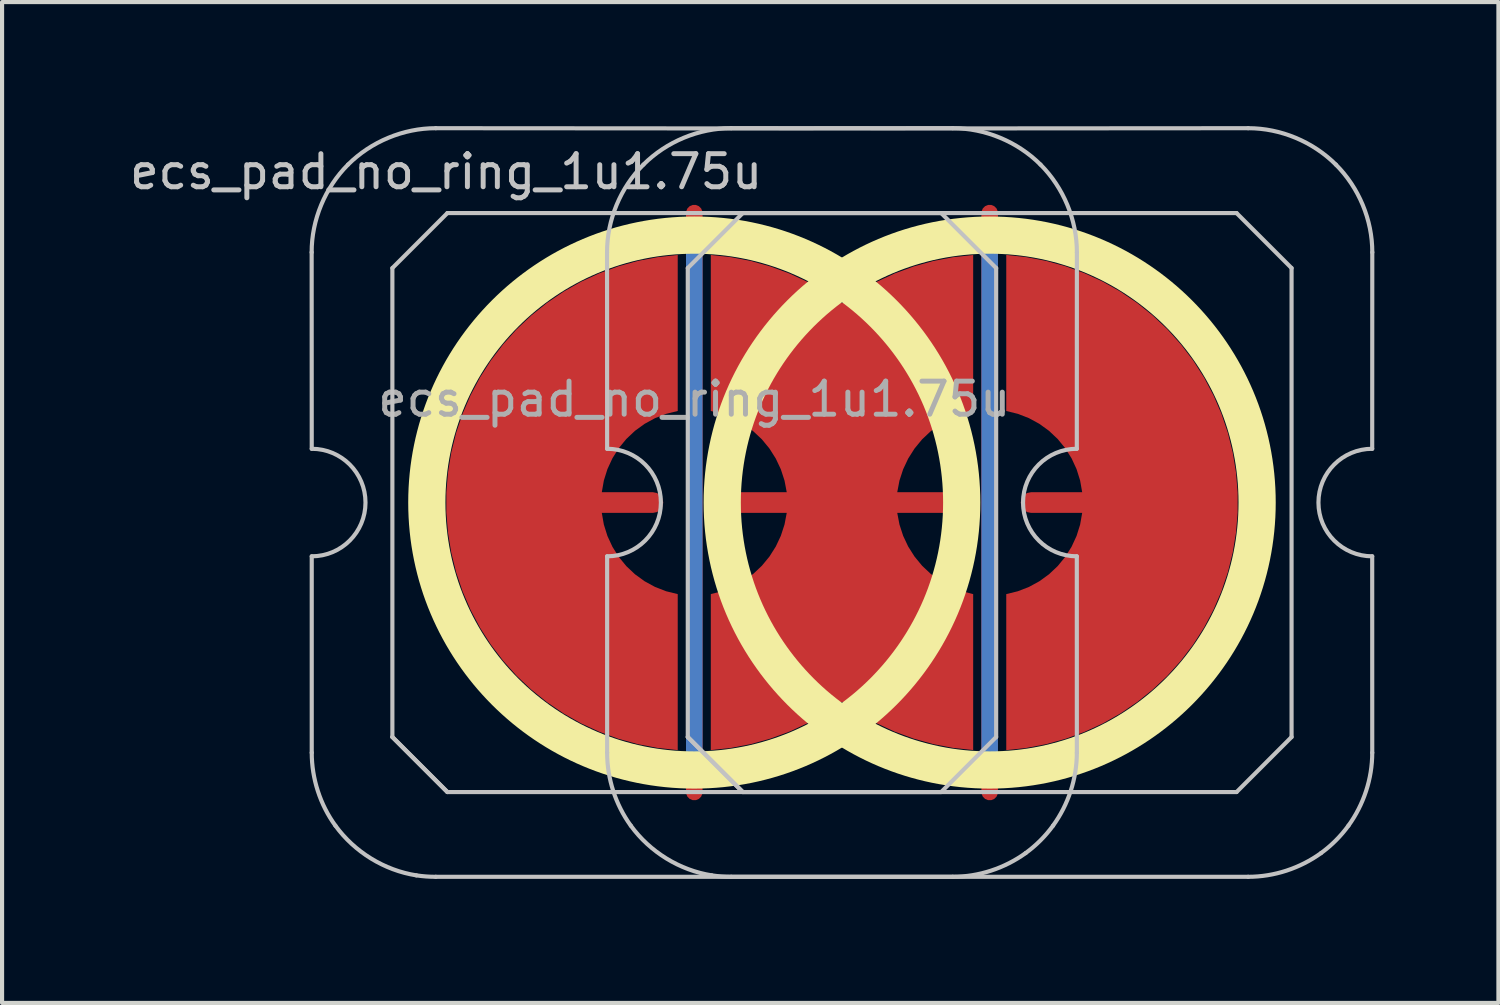
<source format=kicad_pcb>
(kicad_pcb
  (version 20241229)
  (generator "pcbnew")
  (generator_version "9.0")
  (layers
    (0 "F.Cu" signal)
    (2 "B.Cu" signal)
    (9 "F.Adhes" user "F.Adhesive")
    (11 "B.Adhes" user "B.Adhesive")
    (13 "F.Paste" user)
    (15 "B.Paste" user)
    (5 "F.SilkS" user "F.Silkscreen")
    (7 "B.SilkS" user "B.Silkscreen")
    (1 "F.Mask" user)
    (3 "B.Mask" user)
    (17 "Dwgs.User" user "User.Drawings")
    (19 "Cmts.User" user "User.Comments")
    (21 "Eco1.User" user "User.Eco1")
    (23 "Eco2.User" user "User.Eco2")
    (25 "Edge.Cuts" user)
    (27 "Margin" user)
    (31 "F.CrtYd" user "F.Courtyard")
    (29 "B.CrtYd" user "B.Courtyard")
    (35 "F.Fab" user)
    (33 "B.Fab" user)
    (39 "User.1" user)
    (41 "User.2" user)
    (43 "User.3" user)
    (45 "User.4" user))
  (footprint "ecs_pad_no_ring_1u1.75u"
    (layer "F.Cu")
    (at 13.738 9.102)
    (property "Reference" "ecs_pad_no_ring_1u1.75u" (at -6 -8 0) (layer "Dwgs.User") (effects (font (size 0.8 0.8) (thickness 0.12))))
    (attr smd)
    (fp_circle (center 0 0) (end 6.467 0) (stroke (width 0.9) (type solid)) (fill no) (layer "F.SilkS"))
    (fp_circle (center 7.143 0) (end 13.61 0) (stroke (width 0.9) (type solid)) (fill no) (layer "F.SilkS"))
    (fp_line (start -9.252 -6.05) (end -9.25 -1.3) (stroke (width 0.1) (type solid)) (layer "Dwgs.User"))
    (fp_line (start -9.25 1.3) (end -9.25 6.049) (stroke (width 0.1) (type solid)) (layer "Dwgs.User"))
    (fp_line (start -7.3 -5.67) (end -5.97 -7) (stroke (width 0.1) (type solid)) (layer "Dwgs.User"))
    (fp_line (start -7.3 5.67) (end -7.3 -5.67) (stroke (width 0.1) (type solid)) (layer "Dwgs.User"))
    (fp_line (start -7.3 5.67) (end -5.97 7) (stroke (width 0.1) (type solid)) (layer "Dwgs.User"))
    (fp_line (start -5.97 -7) (end 5.97 -7) (stroke (width 0.1) (type solid)) (layer "Dwgs.User"))
    (fp_line (start -5.97 7) (end -7.3 5.67) (stroke (width 0.1) (type solid)) (layer "Dwgs.User"))
    (fp_line (start -2.109 -6.05) (end -2.107 -1.3) (stroke (width 0.1) (type solid)) (layer "Dwgs.User"))
    (fp_line (start -2.107 1.3) (end -2.107 6.049) (stroke (width 0.1) (type solid)) (layer "Dwgs.User"))
    (fp_line (start -0.157 -5.67) (end 1.173 -7) (stroke (width 0.1) (type solid)) (layer "Dwgs.User"))
    (fp_line (start -0.157 5.67) (end -0.157 -5.67) (stroke (width 0.1) (type solid)) (layer "Dwgs.User"))
    (fp_line (start -0.157 5.67) (end 1.173 7) (stroke (width 0.1) (type solid)) (layer "Dwgs.User"))
    (fp_line (start 1.173 -7) (end 13.113 -7) (stroke (width 0.1) (type solid)) (layer "Dwgs.User"))
    (fp_line (start 1.173 7) (end -0.157 5.67) (stroke (width 0.1) (type solid)) (layer "Dwgs.User"))
    (fp_line (start 5.97 -7) (end 7.3 -5.67) (stroke (width 0.1) (type solid)) (layer "Dwgs.User"))
    (fp_line (start 5.97 7) (end -5.97 7) (stroke (width 0.1) (type solid)) (layer "Dwgs.User"))
    (fp_line (start 7.3 -5.67) (end 7.3 5.67) (stroke (width 0.1) (type solid)) (layer "Dwgs.User"))
    (fp_line (start 7.3 5.67) (end 5.97 7) (stroke (width 0.1) (type solid)) (layer "Dwgs.User"))
    (fp_line (start 9.25 1.3) (end 9.251 6.049) (stroke (width 0.1) (type solid)) (layer "Dwgs.User"))
    (fp_line (start 9.252 -6.05) (end 9.25 -1.3) (stroke (width 0.1) (type solid)) (layer "Dwgs.User"))
    (fp_line (start 13.113 -7) (end 14.443 -5.67) (stroke (width 0.1) (type solid)) (layer "Dwgs.User"))
    (fp_line (start 13.113 7) (end 1.173 7) (stroke (width 0.1) (type solid)) (layer "Dwgs.User"))
    (fp_line (start 14.443 -5.67) (end 14.443 5.67) (stroke (width 0.1) (type solid)) (layer "Dwgs.User"))
    (fp_line (start 14.443 5.67) (end 13.113 7) (stroke (width 0.1) (type solid)) (layer "Dwgs.User"))
    (fp_line (start 16.393 1.3) (end 16.394 6.049) (stroke (width 0.1) (type solid)) (layer "Dwgs.User"))
    (fp_line (start 16.395 -6.05) (end 16.393 -1.3) (stroke (width 0.1) (type solid)) (layer "Dwgs.User"))
    (fp_arc (start -9.25 -1.3) (mid -7.95 0) (end -9.25 1.3) (stroke (width 0.1) (type solid)) (layer "Dwgs.User"))
    (fp_arc (start -2.107046 -1.3) (mid -0.807046 0) (end -2.107046 1.3) (stroke (width 0.1) (type solid)) (layer "Dwgs.User"))
    (fp_arc (start 9.25 1.3) (mid 7.95 0) (end 9.25 -1.3) (stroke (width 0.1) (type solid)) (layer "Dwgs.User"))
    (fp_arc (start 16.392954 1.3) (mid 15.092953 0.000001) (end 16.392954 -1.3) (stroke (width 0.1) (type solid)) (layer "Dwgs.User"))
    (fp_curve (pts (xy -9.25 6.049) (xy -9.25 6.677) (xy -9.046 7.307) (xy -8.677 7.814)) (stroke (width 0.1) (type solid)) (layer "Dwgs.User"))
    (fp_curve (pts (xy -8.677 7.814) (xy -8.215 8.449) (xy -7.496 8.893) (xy -6.72 9.015)) (stroke (width 0.1) (type solid)) (layer "Dwgs.User"))
    (fp_curve (pts (xy -8.372 -8.172) (xy -8.926 -7.618) (xy -9.254 -6.836) (xy -9.252 -6.05)) (stroke (width 0.1) (type solid)) (layer "Dwgs.User"))
    (fp_curve (pts (xy -6.72 9.015) (xy -6.564 9.039) (xy -6.407 9.05) (xy -6.25 9.05)) (stroke (width 0.1) (type solid)) (layer "Dwgs.User"))
    (fp_curve (pts (xy -6.25 9.05) (xy -2.118 9.052) (xy 2.117 9.05) (xy 6.25 9.05)) (stroke (width 0.1) (type solid)) (layer "Dwgs.User"))
    (fp_curve (pts (xy -6.25 -9.052) (xy -7.035 -9.053) (xy -7.817 -8.726) (xy -8.372 -8.172)) (stroke (width 0.1) (type solid)) (layer "Dwgs.User"))
    (fp_curve (pts (xy -2.107 6.049) (xy -2.107 6.677) (xy -1.903 7.307) (xy -1.534 7.814)) (stroke (width 0.1) (type solid)) (layer "Dwgs.User"))
    (fp_curve (pts (xy -1.534 7.814) (xy -1.073 8.449) (xy -0.353 8.893) (xy 0.423 9.015)) (stroke (width 0.1) (type solid)) (layer "Dwgs.User"))
    (fp_curve (pts (xy -1.229 -8.172) (xy -1.783 -7.618) (xy -2.111 -6.836) (xy -2.109 -6.05)) (stroke (width 0.1) (type solid)) (layer "Dwgs.User"))
    (fp_curve (pts (xy 0.423 9.015) (xy 0.579 9.039) (xy 0.736 9.05) (xy 0.893 9.05)) (stroke (width 0.1) (type solid)) (layer "Dwgs.User"))
    (fp_curve (pts (xy 0.893 9.05) (xy 5.025 9.052) (xy 9.26 9.05) (xy 13.393 9.05)) (stroke (width 0.1) (type solid)) (layer "Dwgs.User"))
    (fp_curve (pts (xy 0.893 -9.052) (xy 0.108 -9.053) (xy -0.674 -8.726) (xy -1.229 -8.172)) (stroke (width 0.1) (type solid)) (layer "Dwgs.User"))
    (fp_curve (pts (xy 6.25 -9.052) (xy 2.116 -9.046) (xy -2.116 -9.046) (xy -6.25 -9.052)) (stroke (width 0.1) (type solid)) (layer "Dwgs.User"))
    (fp_curve (pts (xy 6.25 9.05) (xy 6.878 9.05) (xy 7.504 8.844) (xy 8.013 8.476)) (stroke (width 0.1) (type solid)) (layer "Dwgs.User"))
    (fp_curve (pts (xy 8.013 8.476) (xy 8.267 8.291) (xy 8.492 8.066) (xy 8.676 7.812)) (stroke (width 0.1) (type solid)) (layer "Dwgs.User"))
    (fp_curve (pts (xy 8.372 -8.172) (xy 7.817 -8.726) (xy 7.035 -9.053) (xy 6.25 -9.052)) (stroke (width 0.1) (type solid)) (layer "Dwgs.User"))
    (fp_curve (pts (xy 8.676 7.812) (xy 9.045 7.303) (xy 9.251 6.678) (xy 9.251 6.049)) (stroke (width 0.1) (type solid)) (layer "Dwgs.User"))
    (fp_curve (pts (xy 9.252 -6.05) (xy 9.254 -6.836) (xy 8.926 -7.618) (xy 8.372 -8.172)) (stroke (width 0.1) (type solid)) (layer "Dwgs.User"))
    (fp_curve (pts (xy 13.393 -9.052) (xy 9.259 -9.046) (xy 5.027 -9.046) (xy 0.893 -9.052)) (stroke (width 0.1) (type solid)) (layer "Dwgs.User"))
    (fp_curve (pts (xy 13.393 9.05) (xy 14.021 9.05) (xy 14.647 8.844) (xy 15.156 8.476)) (stroke (width 0.1) (type solid)) (layer "Dwgs.User"))
    (fp_curve (pts (xy 15.156 8.476) (xy 15.41 8.291) (xy 15.635 8.066) (xy 15.819 7.812)) (stroke (width 0.1) (type solid)) (layer "Dwgs.User"))
    (fp_curve (pts (xy 15.514 -8.172) (xy 14.96 -8.726) (xy 14.178 -9.053) (xy 13.393 -9.052)) (stroke (width 0.1) (type solid)) (layer "Dwgs.User"))
    (fp_curve (pts (xy 15.819 7.812) (xy 16.188 7.303) (xy 16.394 6.678) (xy 16.394 6.049)) (stroke (width 0.1) (type solid)) (layer "Dwgs.User"))
    (fp_curve (pts (xy 16.395 -6.05) (xy 16.397 -6.836) (xy 16.069 -7.618) (xy 15.514 -8.172)) (stroke (width 0.1) (type solid)) (layer "Dwgs.User"))
    (fp_text user "${REFERENCE}" (at 0 -2.5 0) (layer "F.Fab") (effects (font (size 0.8 0.8) (thickness 0.12))))
    (pad "1" smd custom (at -1 0) (size 0.4 0.4) (layers "F.Cu") (options (anchor circle)) (primitives (gr_poly (pts (xy 0.6 -2.214) (xy 0.32 -2.145) (xy 0.052 -2.041) (xy -0.201 -1.903) (xy -0.434 -1.734) (xy -0.644 -1.536) (xy -0.826 -1.314) (xy -0.979 -1.07) (xy -1.1 -0.808) (xy -1.186 -0.534) (xy -1.236 -0.25) (xy 0 -0.25) (xy 0.096 -0.231) (xy 0.177 -0.177) (xy 0.231 -0.096) (xy 0.25 0) (xy 0.231 0.096) (xy 0.177 0.177) (xy 0.096 0.231) (xy 0 0.25) (xy -1.236 0.25) (xy -1.186 0.534) (xy -1.1 0.808) (xy -0.979 1.07) (xy -0.826 1.314) (xy -0.644 1.536) (xy -0.434 1.734) (xy -0.201 1.903) (xy 0.052 2.041) (xy 0.32 2.145) (xy 0.6 2.214) (xy 0.6 5.987) (xy 0.115 5.934) (xy -0.364 5.843) (xy -0.834 5.713) (xy -1.292 5.545) (xy -1.735 5.341) (xy -2.159 5.101) (xy -2.563 4.827) (xy -2.943 4.522) (xy -3.298 4.187) (xy -3.623 3.824) (xy -3.919 3.436) (xy -4.182 3.025) (xy -4.41 2.594) (xy -4.603 2.147) (xy -4.759 1.684) (xy -4.876 1.211) (xy -4.955 0.73) (xy -4.995 0.244) (xy -4.995 -0.244) (xy -4.955 -0.73) (xy -4.876 -1.211) (xy -4.759 -1.684) (xy -4.603 -2.147) (xy -4.41 -2.594) (xy -4.182 -3.025) (xy -3.919 -3.436) (xy -3.623 -3.824) (xy -3.298 -4.187) (xy -2.943 -4.522) (xy -2.563 -4.827) (xy -2.159 -5.101) (xy -1.735 -5.341) (xy -1.292 -5.545) (xy -0.834 -5.713) (xy -0.364 -5.843) (xy 0.115 -5.934) (xy 0.6 -5.987)) (width 0) (fill yes))))
    (pad "2" smd custom (at 1 0) (size 0.118 0.118) (layers "F.Cu") (options (anchor circle)) (primitives (gr_poly (pts (xy -0.096 -0.231) (xy -0.177 -0.177) (xy -0.231 -0.096) (xy -0.25 0) (xy -0.231 0.096) (xy -0.177 0.177) (xy -0.096 0.231) (xy 0 0.25) (xy 1.236 0.25) (xy 1.182 0.532) (xy 1.093 0.805) (xy 0.971 1.064) (xy 0.817 1.307) (xy 0.635 1.528) (xy 0.426 1.725) (xy 0.194 1.894) (xy -0.056 2.034) (xy -0.323 2.141) (xy -0.6 2.214) (xy -0.6 5.986) (xy -0.113 5.933) (xy 0.367 5.841) (xy 0.839 5.709) (xy 1.298 5.54) (xy 1.742 5.334) (xy 2.167 5.093) (xy 2.572 4.817) (xy 2.976 5.093) (xy 3.402 5.334) (xy 3.846 5.54) (xy 4.305 5.709) (xy 4.777 5.841) (xy 5.257 5.933) (xy 5.744 5.986) (xy 5.744 2.214) (xy 5.466 2.141) (xy 5.2 2.034) (xy 4.949 1.894) (xy 4.718 1.725) (xy 4.509 1.528) (xy 4.327 1.307) (xy 4.173 1.064) (xy 4.051 0.805) (xy 3.962 0.532) (xy 3.908 0.25) (xy 5.144 0.25) (xy 5.239 0.231) (xy 5.321 0.177) (xy 5.375 0.096) (xy 5.394 0) (xy 5.375 -0.096) (xy 5.321 -0.177) (xy 5.239 -0.231) (xy 5.144 -0.25) (xy 3.908 -0.25) (xy 3.962 -0.532) (xy 4.051 -0.805) (xy 4.173 -1.064) (xy 4.327 -1.307) (xy 4.509 -1.528) (xy 4.718 -1.725) (xy 4.949 -1.894) (xy 5.2 -2.034) (xy 5.466 -2.141) (xy 5.744 -2.214) (xy 5.744 -5.986) (xy 5.257 -5.933) (xy 4.777 -5.841) (xy 4.305 -5.709) (xy 3.846 -5.54) (xy 3.402 -5.334) (xy 2.976 -5.093) (xy 2.572 -4.817) (xy 2.167 -5.093) (xy 1.742 -5.334) (xy 1.298 -5.54) (xy 0.839 -5.709) (xy 0.367 -5.841) (xy -0.113 -5.933) (xy -0.6 -5.986) (xy -0.6 -2.214) (xy -0.323 -2.141) (xy -0.056 -2.034) (xy 0.194 -1.894) (xy 0.426 -1.725) (xy 0.635 -1.528) (xy 0.817 -1.307) (xy 0.971 -1.064) (xy 1.093 -0.805) (xy 1.182 -0.532) (xy 1.236 -0.25) (xy 0 -0.25)) (width 0) (fill yes))))
    (pad "3" smd custom (at 8.144 0 180) (size 0.4 0.4) (layers "F.Cu") (options (anchor circle)) (primitives (gr_poly (pts (xy 0.6 -2.214) (xy 0.32 -2.145) (xy 0.052 -2.041) (xy -0.201 -1.903) (xy -0.434 -1.734) (xy -0.644 -1.536) (xy -0.826 -1.314) (xy -0.979 -1.07) (xy -1.1 -0.808) (xy -1.186 -0.534) (xy -1.236 -0.25) (xy 0 -0.25) (xy 0.096 -0.231) (xy 0.177 -0.177) (xy 0.231 -0.096) (xy 0.25 0) (xy 0.231 0.096) (xy 0.177 0.177) (xy 0.096 0.231) (xy 0 0.25) (xy -1.236 0.25) (xy -1.186 0.534) (xy -1.1 0.808) (xy -0.979 1.07) (xy -0.826 1.314) (xy -0.644 1.536) (xy -0.434 1.734) (xy -0.201 1.903) (xy 0.052 2.041) (xy 0.32 2.145) (xy 0.6 2.214) (xy 0.6 5.987) (xy 0.115 5.934) (xy -0.364 5.843) (xy -0.834 5.713) (xy -1.292 5.545) (xy -1.735 5.341) (xy -2.159 5.101) (xy -2.563 4.827) (xy -2.943 4.522) (xy -3.298 4.187) (xy -3.623 3.824) (xy -3.919 3.436) (xy -4.182 3.025) (xy -4.41 2.594) (xy -4.603 2.147) (xy -4.759 1.684) (xy -4.876 1.211) (xy -4.955 0.73) (xy -4.995 0.244) (xy -4.995 -0.244) (xy -4.955 -0.73) (xy -4.876 -1.211) (xy -4.759 -1.684) (xy -4.603 -2.147) (xy -4.41 -2.594) (xy -4.182 -3.025) (xy -3.919 -3.436) (xy -3.623 -3.824) (xy -3.298 -4.187) (xy -2.943 -4.522) (xy -2.563 -4.827) (xy -2.159 -5.101) (xy -1.735 -5.341) (xy -1.292 -5.545) (xy -0.834 -5.713) (xy -0.364 -5.843) (xy 0.115 -5.934) (xy 0.6 -5.987)) (width 0) (fill yes))))
    (pad "4" smd custom (at 0 0) (size 0.4 0.4) (layers "F.Cu") (options (anchor rect)) (primitives (gr_line (start 0 -7) (end 0 7) (width 0.4))))
    (pad "4" smd custom (at 0 0) (size 0.4 0.4) (layers "B.Cu") (options (anchor rect)) (primitives (gr_line (start 0 -6.5) (end 0 6.5) (width 0.4))))
    (pad "4" smd custom (at 7.143 0) (size 0.4 0.4) (layers "F.Cu") (options (anchor rect)) (primitives (gr_line (start 0 -7) (end 0 7) (width 0.4))))
    (pad "4" smd custom (at 7.143 0) (size 0.4 0.4) (layers "B.Cu") (options (anchor rect)) (primitives (gr_line (start 0 -6.5) (end 0 6.5) (width 0.4))))
    (zone (net_name "") (layer "F.Cu") (hatch edge 0.508) (connect_pads) (min_thickness 0.254) (filled_areas_thickness no) (keepout (tracks allowed) (vias allowed) (pads allowed) (copperpour not_allowed) (footprints allowed)) (placement (enabled no)) (fill) (polygon (pts (xy 20.743 9.102) (xy 20.724 8.589) (xy 20.668 8.078) (xy 20.574 7.574) (xy 20.444 7.077) (xy 20.278 6.591) (xy 20.076 6.119) (xy 19.841 5.663) (xy 19.573 5.225) (xy 19.273 4.808) (xy 18.944 4.415) (xy 18.586 4.046) (xy 18.203 3.704) (xy 17.796 3.392) (xy 17.367 3.11) (xy 16.918 2.86) (xy 16.453 2.644) (xy 15.972 2.463) (xy 15.48 2.317) (xy 14.979 2.208) (xy 14.47 2.135) (xy 13.958 2.1) (xy 13.445 2.103) (xy 12.933 2.143) (xy 12.426 2.221) (xy 11.925 2.335) (xy 11.434 2.486) (xy 10.956 2.673) (xy 10.493 2.894) (xy 10.047 3.148) (xy 9.621 3.435) (xy 9.217 3.751) (xy 8.837 4.097) (xy 8.484 4.469) (xy 8.158 4.867) (xy 7.863 5.287) (xy 7.6 5.727) (xy 7.369 6.186) (xy 7.173 6.66) (xy 7.011 7.147) (xy 6.886 7.645) (xy 6.798 8.151) (xy 6.747 8.662) (xy 6.734 9.175) (xy 6.758 9.688) (xy 6.819 10.198) (xy 6.918 10.701) (xy 7.054 11.196) (xy 7.225 11.68) (xy 7.431 12.15) (xy 7.672 12.604) (xy 7.944 13.039) (xy 8.248 13.453) (xy 8.582 13.843) (xy 8.943 14.208) (xy 9.33 14.546) (xy 9.74 14.854) (xy 10.172 15.131) (xy 10.623 15.376) (xy 11.091 15.587) (xy 11.573 15.764) (xy 12.067 15.904) (xy 12.57 16.009) (xy 13.079 16.076) (xy 13.591 16.105) (xy 14.105 16.097) (xy 14.616 16.051) (xy 15.123 15.968) (xy 15.622 15.849) (xy 16.111 15.692) (xy 16.587 15.501) (xy 17.048 15.275) (xy 17.492 15.016) (xy 17.915 14.725) (xy 18.315 14.404) (xy 18.691 14.055) (xy 19.041 13.679) (xy 19.362 13.278) (xy 19.653 12.855) (xy 19.912 12.412) (xy 20.137 11.951) (xy 20.329 11.475) (xy 20.485 10.985) (xy 20.605 10.486) (xy 20.688 9.98) (xy 20.733 9.468))))
    (zone (net_name "") (layer "F.Cu") (hatch edge 0.508) (connect_pads) (min_thickness 0.254) (filled_areas_thickness no) (keepout (tracks allowed) (vias allowed) (pads allowed) (copperpour not_allowed) (footprints allowed)) (placement (enabled no)) (fill) (polygon (pts (xy 27.886 9.102) (xy 27.867 8.589) (xy 27.811 8.078) (xy 27.717 7.574) (xy 27.587 7.077) (xy 27.421 6.591) (xy 27.219 6.119) (xy 26.984 5.663) (xy 26.716 5.225) (xy 26.416 4.808) (xy 26.087 4.415) (xy 25.729 4.046) (xy 25.346 3.704) (xy 24.939 3.392) (xy 24.51 3.11) (xy 24.061 2.86) (xy 23.596 2.644) (xy 23.115 2.463) (xy 22.623 2.317) (xy 22.122 2.208) (xy 21.613 2.135) (xy 21.101 2.1) (xy 20.588 2.103) (xy 20.076 2.143) (xy 19.568 2.221) (xy 19.068 2.335) (xy 18.577 2.486) (xy 18.099 2.673) (xy 17.636 2.894) (xy 17.19 3.148) (xy 16.764 3.435) (xy 16.36 3.751) (xy 15.98 4.097) (xy 15.627 4.469) (xy 15.301 4.867) (xy 15.006 5.287) (xy 14.743 5.727) (xy 14.512 6.186) (xy 14.315 6.66) (xy 14.154 7.147) (xy 14.029 7.645) (xy 13.941 8.151) (xy 13.89 8.662) (xy 13.877 9.175) (xy 13.901 9.688) (xy 13.962 10.198) (xy 14.061 10.701) (xy 14.197 11.196) (xy 14.368 11.68) (xy 14.574 12.15) (xy 14.815 12.604) (xy 15.087 13.039) (xy 15.391 13.453) (xy 15.725 13.843) (xy 16.086 14.208) (xy 16.473 14.546) (xy 16.883 14.854) (xy 17.315 15.131) (xy 17.766 15.376) (xy 18.234 15.587) (xy 18.716 15.764) (xy 19.21 15.904) (xy 19.713 16.009) (xy 20.222 16.076) (xy 20.734 16.105) (xy 21.248 16.097) (xy 21.759 16.051) (xy 22.266 15.968) (xy 22.765 15.849) (xy 23.254 15.692) (xy 23.73 15.501) (xy 24.191 15.275) (xy 24.634 15.016) (xy 25.058 14.725) (xy 25.458 14.404) (xy 25.834 14.055) (xy 26.184 13.679) (xy 26.505 13.278) (xy 26.795 12.855) (xy 27.054 12.412) (xy 27.28 11.951) (xy 27.472 11.475) (xy 27.628 10.985) (xy 27.748 10.486) (xy 27.831 9.98) (xy 27.876 9.468))))
    (zone (net_name "") (layer "B.Cu") (hatch edge 0.508) (connect_pads) (min_thickness 0.254) (filled_areas_thickness no) (keepout (tracks allowed) (vias allowed) (pads allowed) (copperpour not_allowed) (footprints allowed)) (placement (enabled no)) (fill) (polygon (pts (xy 20.296 9.102) (xy 20.276 8.587) (xy 20.216 8.076) (xy 20.115 7.571) (xy 19.975 7.075) (xy 19.797 6.592) (xy 19.582 6.124) (xy 19.33 5.675) (xy 19.044 5.247) (xy 18.725 4.842) (xy 18.375 4.464) (xy 17.997 4.115) (xy 17.593 3.796) (xy 17.165 3.51) (xy 16.715 3.258) (xy 16.248 3.043) (xy 15.765 2.864) (xy 15.269 2.725) (xy 14.764 2.624) (xy 14.253 2.564) (xy 13.738 2.543) (xy 13.224 2.564) (xy 12.712 2.624) (xy 12.207 2.725) (xy 11.711 2.864) (xy 11.228 3.043) (xy 10.761 3.258) (xy 10.311 3.51) (xy 9.883 3.796) (xy 9.479 4.115) (xy 9.101 4.464) (xy 8.751 4.842) (xy 8.432 5.247) (xy 8.146 5.675) (xy 7.895 6.124) (xy 7.679 6.592) (xy 7.501 7.075) (xy 7.361 7.571) (xy 7.261 8.076) (xy 7.2 8.587) (xy 7.18 9.102) (xy 7.2 9.616) (xy 7.261 10.128) (xy 7.361 10.633) (xy 7.501 11.128) (xy 7.679 11.611) (xy 7.895 12.079) (xy 8.146 12.528) (xy 8.432 12.957) (xy 8.751 13.361) (xy 9.101 13.739) (xy 9.479 14.089) (xy 9.883 14.407) (xy 10.311 14.694) (xy 10.761 14.945) (xy 11.228 15.161) (xy 11.711 15.339) (xy 12.207 15.479) (xy 12.712 15.579) (xy 13.224 15.64) (xy 13.738 15.66) (xy 14.253 15.64) (xy 14.764 15.579) (xy 15.269 15.479) (xy 15.765 15.339) (xy 16.248 15.161) (xy 16.715 14.945) (xy 17.165 14.694) (xy 17.593 14.407) (xy 17.997 14.089) (xy 18.375 13.739) (xy 18.725 13.361) (xy 19.044 12.957) (xy 19.33 12.528) (xy 19.582 12.079) (xy 19.797 11.611) (xy 19.975 11.128) (xy 20.115 10.633) (xy 20.216 10.128) (xy 20.276 9.616))))
    (zone (net_name "") (layer "B.Cu") (hatch edge 0.508) (connect_pads) (min_thickness 0.254) (filled_areas_thickness no) (keepout (tracks allowed) (vias allowed) (pads allowed) (copperpour not_allowed) (footprints allowed)) (placement (enabled no)) (fill) (polygon (pts (xy 27.439 9.102) (xy 27.419 8.587) (xy 27.359 8.076) (xy 27.258 7.571) (xy 27.118 7.075) (xy 26.94 6.592) (xy 26.724 6.124) (xy 26.473 5.675) (xy 26.187 5.247) (xy 25.868 4.842) (xy 25.518 4.464) (xy 25.14 4.115) (xy 24.736 3.796) (xy 24.308 3.51) (xy 23.858 3.258) (xy 23.391 3.043) (xy 22.908 2.864) (xy 22.412 2.725) (xy 21.907 2.624) (xy 21.396 2.564) (xy 20.881 2.543) (xy 20.366 2.564) (xy 19.855 2.624) (xy 19.35 2.725) (xy 18.854 2.864) (xy 18.371 3.043) (xy 17.904 3.258) (xy 17.454 3.51) (xy 17.026 3.796) (xy 16.622 4.115) (xy 16.244 4.464) (xy 15.894 4.842) (xy 15.575 5.247) (xy 15.289 5.675) (xy 15.038 6.124) (xy 14.822 6.592) (xy 14.644 7.075) (xy 14.504 7.571) (xy 14.404 8.076) (xy 14.343 8.587) (xy 14.323 9.102) (xy 14.343 9.616) (xy 14.404 10.128) (xy 14.504 10.633) (xy 14.644 11.128) (xy 14.822 11.611) (xy 15.038 12.079) (xy 15.289 12.528) (xy 15.575 12.957) (xy 15.894 13.361) (xy 16.244 13.739) (xy 16.622 14.089) (xy 17.026 14.407) (xy 17.454 14.694) (xy 17.904 14.945) (xy 18.371 15.161) (xy 18.854 15.339) (xy 19.35 15.479) (xy 19.855 15.579) (xy 20.366 15.64) (xy 20.881 15.66) (xy 21.396 15.64) (xy 21.907 15.579) (xy 22.412 15.479) (xy 22.908 15.339) (xy 23.391 15.161) (xy 23.858 14.945) (xy 24.308 14.694) (xy 24.736 14.407) (xy 25.14 14.089) (xy 25.518 13.739) (xy 25.868 13.361) (xy 26.187 12.957) (xy 26.473 12.528) (xy 26.724 12.079) (xy 26.94 11.611) (xy 27.118 11.128) (xy 27.258 10.633) (xy 27.359 10.128) (xy 27.419 9.616)))))
  (gr_rect
    (start -3 -3)
    (end 33.183 21.202)
    (stroke (width 0.1) (type default))
    (fill no)
    (layer "Edge.Cuts")))
</source>
